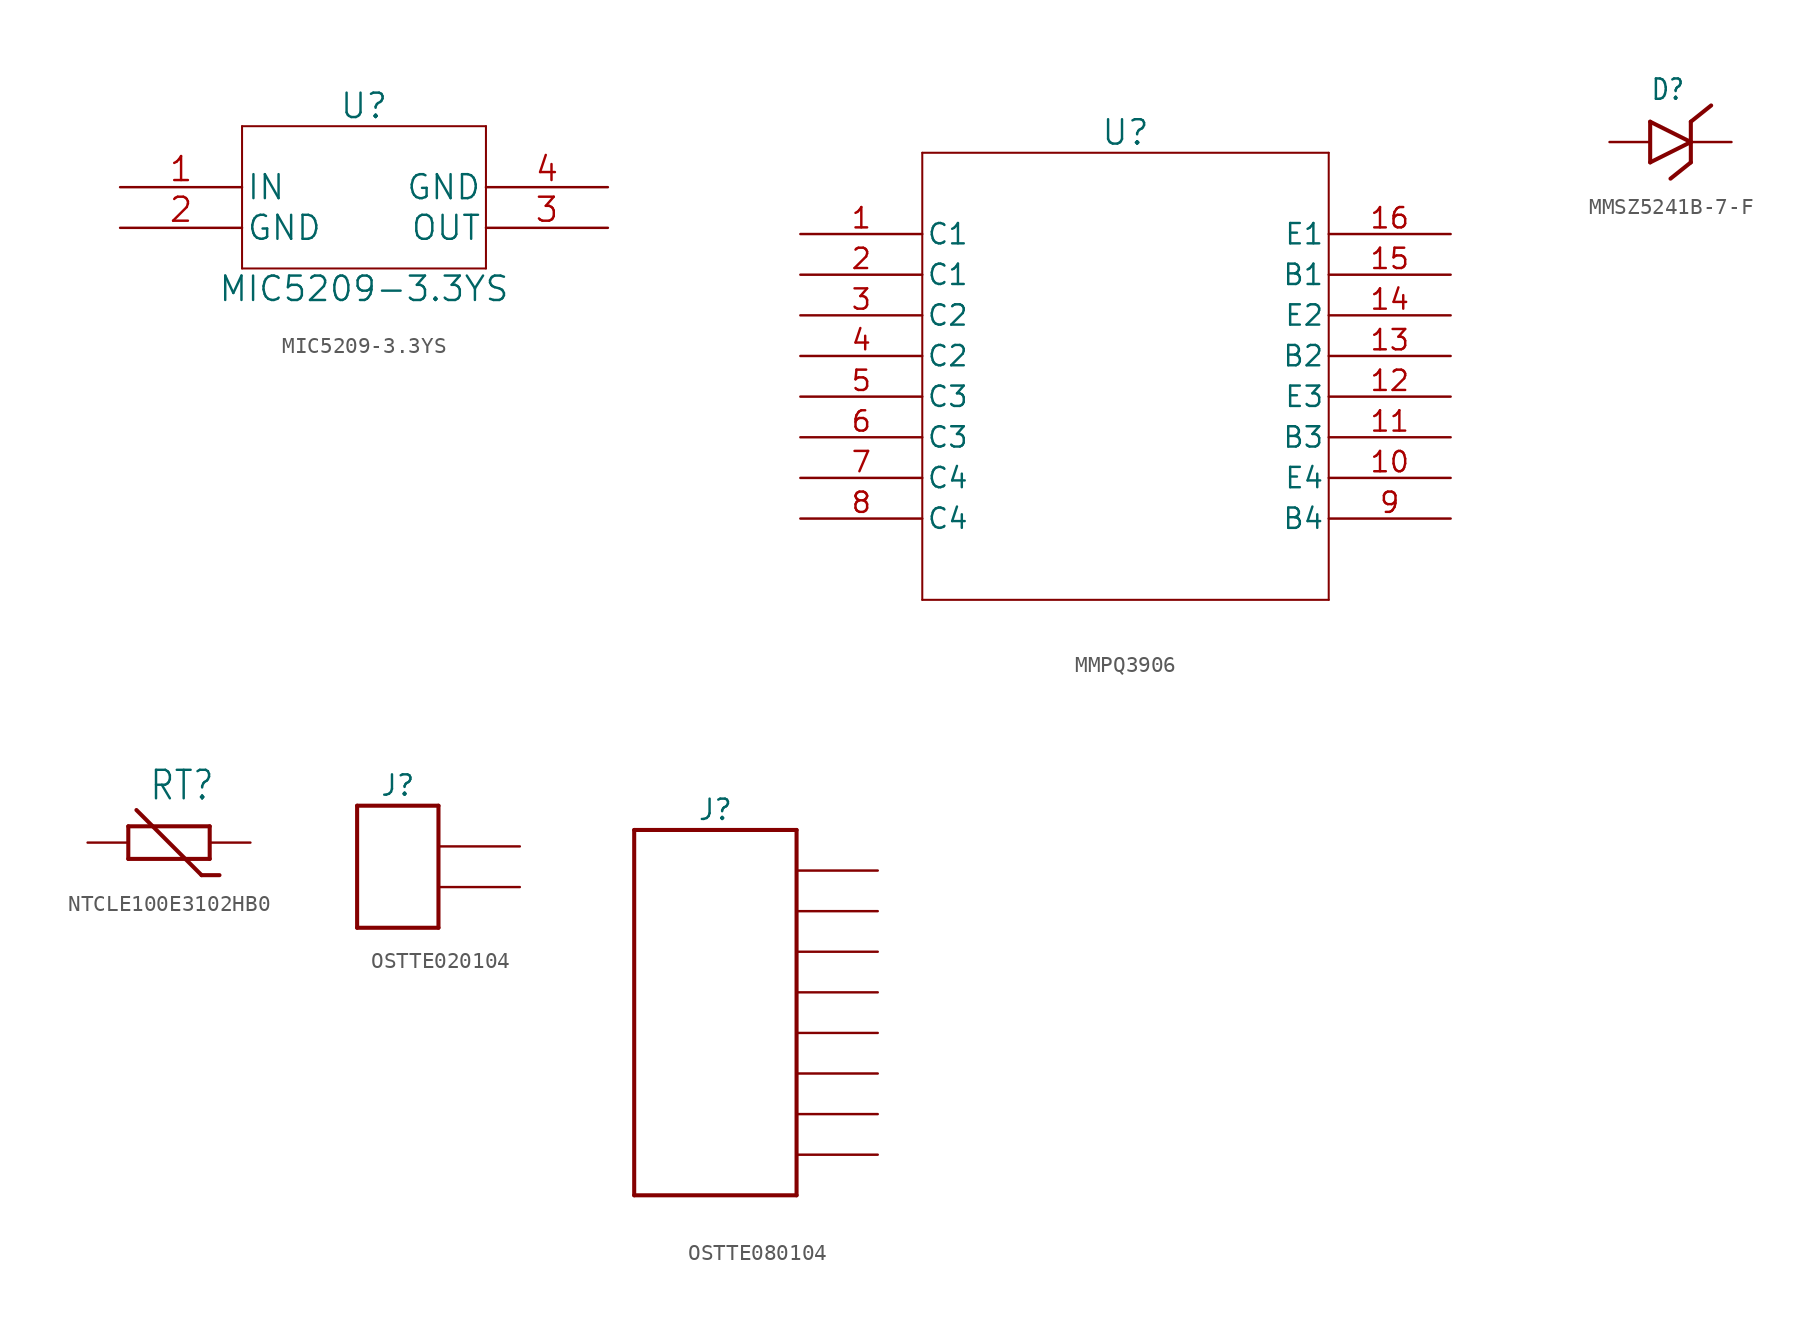
<source format=kicad_sym>
(kicad_symbol_lib
  (version 20220914)
  (generator kicad_symbol_editor)
  (symbol "MIC5209-3.3YS"
    (pin_names
      (offset 0.254))
    (property "Reference" "U"
      (at 0 6.35 0)
      (effects (font (size 1.524 1.524))))
    (property "Value" "MIC5209-3.3YS"
      (at 0 -5.08 0)
      (effects (font (size 1.524 1.524))))
    (symbol "MIC5209-3.3YS_1_1"
      (polyline (pts (xy -7.62 -3.81) (xy 7.62 -3.81)) (stroke (width 0.127) (type solid)) (fill (type none)))
      (polyline (pts (xy -7.62 5.08) (xy -7.62 -3.81)) (stroke (width 0.127) (type solid)) (fill (type none)))
      (polyline (pts (xy 7.62 -3.81) (xy 7.62 5.08)) (stroke (width 0.127) (type solid)) (fill (type none)))
      (polyline (pts (xy 7.62 5.08) (xy -7.62 5.08)) (stroke (width 0.127) (type solid)) (fill (type none)))
      (pin passive line (at -15.24 1.27 0) (length 7.62) (name "IN" (effects (font (size 1.499 1.499)))) (number "1" (effects (font (size 1.499 1.499)))))
      (pin passive line (at -15.24 -1.27 0) (length 7.62) (name "GND" (effects (font (size 1.499 1.499)))) (number "2" (effects (font (size 1.499 1.499)))))
      (pin passive line (at 15.24 -1.27 180) (length 7.62) (name "OUT" (effects (font (size 1.499 1.499)))) (number "3" (effects (font (size 1.499 1.499)))))
      (pin passive line (at 15.24 1.27 180) (length 7.62) (name "GND" (effects (font (size 1.499 1.499)))) (number "4" (effects (font (size 1.499 1.499)))))))
  (symbol "MMPQ3906"
    (pin_names
      (offset 0.254))
    (property "Reference" "U"
      (at 20.32 6.35 0)
      (effects (font (size 1.524 1.524))))
    (symbol "MMPQ3906_0_1"
      (polyline (pts (xy 7.62 -22.86) (xy 33.02 -22.86)) (stroke (width 0.127) (type default)) (fill (type none)))
      (polyline (pts (xy 7.62 5.08) (xy 7.62 -22.86)) (stroke (width 0.127) (type default)) (fill (type none)))
      (polyline (pts (xy 33.02 -22.86) (xy 33.02 5.08)) (stroke (width 0.127) (type default)) (fill (type none)))
      (polyline (pts (xy 33.02 5.08) (xy 7.62 5.08)) (stroke (width 0.127) (type default)) (fill (type none)))
      (pin passive line (at 0 0 0) (length 7.62) (name "C1" (effects (font (size 1.27 1.27)))) (number "1" (effects (font (size 1.27 1.27)))))
      (pin passive line (at 40.64 -15.24 180) (length 7.62) (name "E4" (effects (font (size 1.27 1.27)))) (number "10" (effects (font (size 1.27 1.27)))))
      (pin passive line (at 40.64 -12.7 180) (length 7.62) (name "B3" (effects (font (size 1.27 1.27)))) (number "11" (effects (font (size 1.27 1.27)))))
      (pin passive line (at 40.64 -10.16 180) (length 7.62) (name "E3" (effects (font (size 1.27 1.27)))) (number "12" (effects (font (size 1.27 1.27)))))
      (pin passive line (at 40.64 -7.62 180) (length 7.62) (name "B2" (effects (font (size 1.27 1.27)))) (number "13" (effects (font (size 1.27 1.27)))))
      (pin passive line (at 40.64 -5.08 180) (length 7.62) (name "E2" (effects (font (size 1.27 1.27)))) (number "14" (effects (font (size 1.27 1.27)))))
      (pin passive line (at 40.64 -2.54 180) (length 7.62) (name "B1" (effects (font (size 1.27 1.27)))) (number "15" (effects (font (size 1.27 1.27)))))
      (pin passive line (at 40.64 0 180) (length 7.62) (name "E1" (effects (font (size 1.27 1.27)))) (number "16" (effects (font (size 1.27 1.27)))))
      (pin passive line (at 0 -2.54 0) (length 7.62) (name "C1" (effects (font (size 1.27 1.27)))) (number "2" (effects (font (size 1.27 1.27)))))
      (pin passive line (at 0 -5.08 0) (length 7.62) (name "C2" (effects (font (size 1.27 1.27)))) (number "3" (effects (font (size 1.27 1.27)))))
      (pin passive line (at 0 -7.62 0) (length 7.62) (name "C2" (effects (font (size 1.27 1.27)))) (number "4" (effects (font (size 1.27 1.27)))))
      (pin passive line (at 0 -10.16 0) (length 7.62) (name "C3" (effects (font (size 1.27 1.27)))) (number "5" (effects (font (size 1.27 1.27)))))
      (pin passive line (at 0 -12.7 0) (length 7.62) (name "C3" (effects (font (size 1.27 1.27)))) (number "6" (effects (font (size 1.27 1.27)))))
      (pin passive line (at 0 -15.24 0) (length 7.62) (name "C4" (effects (font (size 1.27 1.27)))) (number "7" (effects (font (size 1.27 1.27)))))
      (pin passive line (at 0 -17.78 0) (length 7.62) (name "C4" (effects (font (size 1.27 1.27)))) (number "8" (effects (font (size 1.27 1.27)))))
      (pin passive line (at 40.64 -17.78 180) (length 7.62) (name "B4" (effects (font (size 1.27 1.27)))) (number "9" (effects (font (size 1.27 1.27)))))))
  (symbol "MMSZ5241B-7-F"
    (pin_numbers hide)
    (pin_names hide)
    (property "Reference" "D"
      (at -1.27 2.54 0)
      (effects (font (size 1.27 1.079)) (justify left bottom)))
    (symbol "MMSZ5241B-7-F_1_0"
      (polyline (pts (xy -1.27 -1.27) (xy 1.27 0)) (stroke (width 0.254) (type solid)) (fill (type none)))
      (polyline (pts (xy -1.27 1.27) (xy -1.27 -1.27)) (stroke (width 0.254) (type solid)) (fill (type none)))
      (polyline (pts (xy 1.27 -1.27) (xy 0 -2.286)) (stroke (width 0.254) (type solid)) (fill (type none)))
      (polyline (pts (xy 1.27 0) (xy -1.27 1.27)) (stroke (width 0.254) (type solid)) (fill (type none)))
      (polyline (pts (xy 1.27 0) (xy 1.27 -1.27)) (stroke (width 0.254) (type solid)) (fill (type none)))
      (polyline (pts (xy 1.27 1.27) (xy 1.27 0)) (stroke (width 0.254) (type solid)) (fill (type none)))
      (polyline (pts (xy 2.54 2.286) (xy 1.27 1.27)) (stroke (width 0.254) (type solid)) (fill (type none)))
      (pin passive line (at -3.81 0 0) (length 2.54) (name "A" (effects (font (size 0 0)))) (number "1" (effects (font (size 0 0)))))
      (pin passive line (at 3.81 0 180) (length 2.54) (name "C" (effects (font (size 0 0)))) (number "2" (effects (font (size 0 0)))))))
  (symbol "NTCLE100E3102HB0"
    (pin_numbers hide)
    (pin_names hide)
    (property "Reference" "RT"
      (at -1.27 2.54 0)
      (effects (font (size 1.778 1.511)) (justify left bottom)))
    (symbol "NTCLE100E3102HB0_1_0"
      (polyline (pts (xy -2.54 -1.016) (xy -2.54 1.016)) (stroke (width 0.254) (type solid)) (fill (type none)))
      (polyline (pts (xy -2.54 1.016) (xy 2.54 1.016)) (stroke (width 0.254) (type solid)) (fill (type none)))
      (polyline (pts (xy 2.032 -2.032) (xy -2.032 2.032)) (stroke (width 0.254) (type solid)) (fill (type none)))
      (polyline (pts (xy 2.54 -1.016) (xy -2.54 -1.016)) (stroke (width 0.254) (type solid)) (fill (type none)))
      (polyline (pts (xy 2.54 1.016) (xy 2.54 -1.016)) (stroke (width 0.254) (type solid)) (fill (type none)))
      (polyline (pts (xy 3.15 -2.032) (xy 2.032 -2.032)) (stroke (width 0.254) (type solid)) (fill (type none)))
      (pin passive line (at 5.08 0 180) (length 2.54) (name "1" (effects (font (size 0 0)))) (number "P$1" (effects (font (size 0 0)))))
      (pin passive line (at -5.08 0 0) (length 2.54) (name "2" (effects (font (size 0 0)))) (number "P$2" (effects (font (size 0 0)))))))
  (symbol "OSTTE020104"
    (pin_numbers hide)
    (pin_names hide)
    (property "Reference" "J"
      (at 0 6.35 0)
      (effects (font (size 1.27 1.27))))
    (symbol "OSTTE020104_1_0"
      (polyline (pts (xy -2.54 -2.54) (xy -2.54 5.08)) (stroke (width 0.254) (type solid)) (fill (type none)))
      (polyline (pts (xy -2.54 5.08) (xy 2.54 5.08)) (stroke (width 0.254) (type solid)) (fill (type none)))
      (polyline (pts (xy 2.54 -2.54) (xy -2.54 -2.54)) (stroke (width 0.254) (type solid)) (fill (type none)))
      (polyline (pts (xy 2.54 5.08) (xy 2.54 -2.54)) (stroke (width 0.254) (type solid)) (fill (type none)))
      (pin passive line (at 7.62 2.54 180) (length 5.08) (name "1" (effects (font (size 1.27 1.27)))) (number "1" (effects (font (size 1.27 1.27)))))
      (pin passive line (at 7.62 0 180) (length 5.08) (name "2" (effects (font (size 1.27 1.27)))) (number "2" (effects (font (size 1.27 1.27)))))))
  (symbol "OSTTE080104"
    (pin_numbers hide)
    (pin_names hide)
    (property "Reference" "J"
      (at 0 12.7 0)
      (effects (font (size 1.27 1.27))))
    (symbol "OSTTE080104_1_0"
      (polyline (pts (xy -5.08 -11.43) (xy 5.08 -11.43)) (stroke (width 0.254) (type solid)) (fill (type none)))
      (polyline (pts (xy -5.08 11.43) (xy -5.08 -11.43)) (stroke (width 0.254) (type solid)) (fill (type none)))
      (polyline (pts (xy 5.08 -11.43) (xy 5.08 11.43)) (stroke (width 0.254) (type solid)) (fill (type none)))
      (polyline (pts (xy 5.08 11.43) (xy -5.08 11.43)) (stroke (width 0.254) (type solid)) (fill (type none)))
      (pin passive line (at 10.16 8.89 180) (length 5.08) (name "1" (effects (font (size 1.27 1.27)))) (number "1" (effects (font (size 1.27 1.27)))))
      (pin passive line (at 10.16 6.35 180) (length 5.08) (name "2" (effects (font (size 1.27 1.27)))) (number "2" (effects (font (size 1.27 1.27)))))
      (pin passive line (at 10.16 3.81 180) (length 5.08) (name "3" (effects (font (size 1.27 1.27)))) (number "3" (effects (font (size 1.27 1.27)))))
      (pin passive line (at 10.16 1.27 180) (length 5.08) (name "4" (effects (font (size 1.27 1.27)))) (number "4" (effects (font (size 1.27 1.27)))))
      (pin passive line (at 10.16 -1.27 180) (length 5.08) (name "5" (effects (font (size 1.27 1.27)))) (number "5" (effects (font (size 1.27 1.27)))))
      (pin passive line (at 10.16 -3.81 180) (length 5.08) (name "6" (effects (font (size 1.27 1.27)))) (number "6" (effects (font (size 1.27 1.27)))))
      (pin passive line (at 10.16 -6.35 180) (length 5.08) (name "7" (effects (font (size 1.27 1.27)))) (number "7" (effects (font (size 1.27 1.27)))))
      (pin passive line (at 10.16 -8.89 180) (length 5.08) (name "8" (effects (font (size 1.27 1.27)))) (number "8" (effects (font (size 1.27 1.27))))))))
</source>
